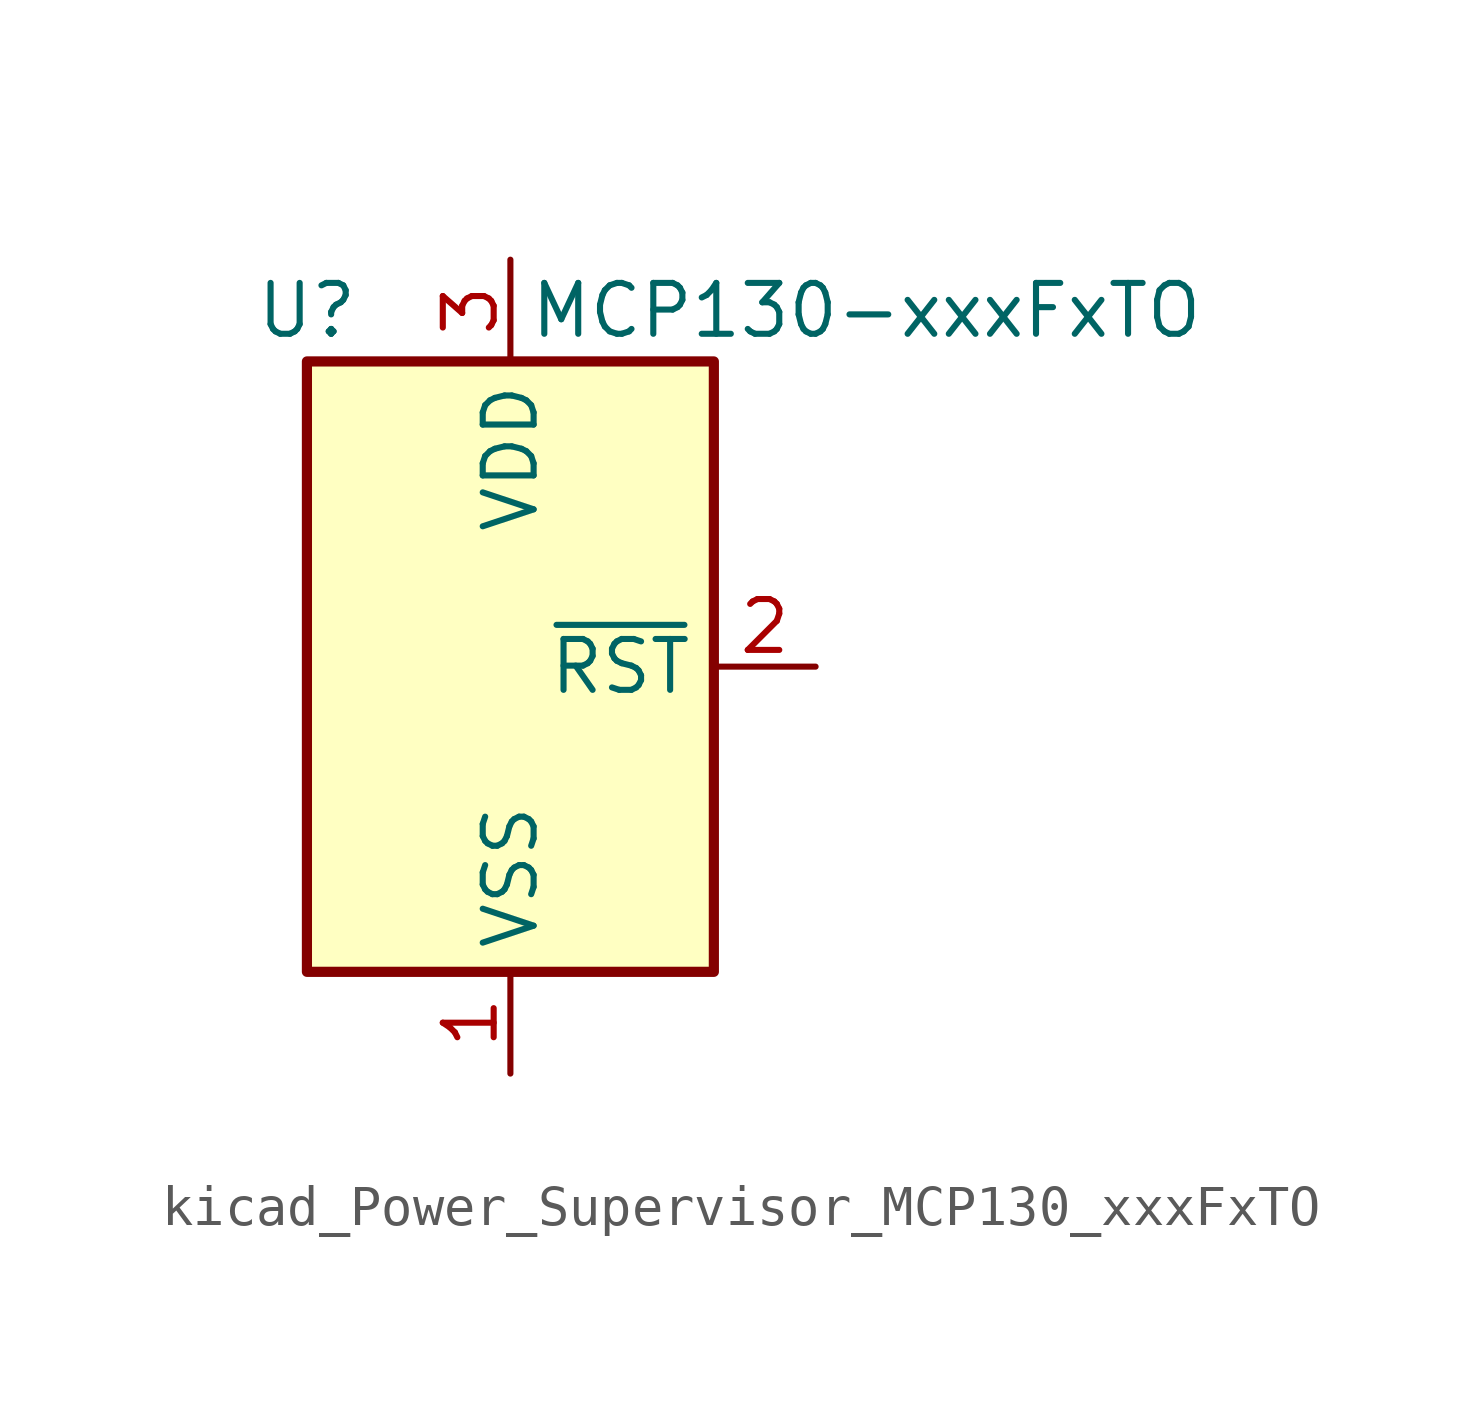
<source format=kicad_sym>
(kicad_symbol_lib
  (version 20220914)
  (generator kicad_symbol_editor)
  (symbol "kicad_Power_Supervisor_MCP130_xxxFxTO"
    (property "Reference" "U"
      (at -5.08 8.89 0)
      (effects (font (size 1.27 1.27))))
    (property "Value" "MCP130-xxxFxTO"
      (at 8.89 8.89 0)
      (effects (font (size 1.27 1.27))))
    (symbol "kicad_Power_Supervisor_MCP130_xxxFxTO_0_1"
      (rectangle (start 5.08 7.62) (end -5.08 -7.62) (stroke (width 0.254) (type default)) (fill (type background)))
      (pin power_in line (at 0 10.16 270) (length 2.54) (name "VDD" (effects (font (size 1.27 1.27)))) (number "3" (effects (font (size 1.27 1.27))))))
    (symbol "kicad_Power_Supervisor_MCP130_xxxFxTO_1_1"
      (pin power_in line (at 0 -10.16 90) (length 2.54) (name "VSS" (effects (font (size 1.27 1.27)))) (number "1" (effects (font (size 1.27 1.27)))))
      (pin open_collector line (at 7.62 0 180) (length 2.54) (name "~{RST}" (effects (font (size 1.27 1.27)))) (number "2" (effects (font (size 1.27 1.27))))))))
</source>
